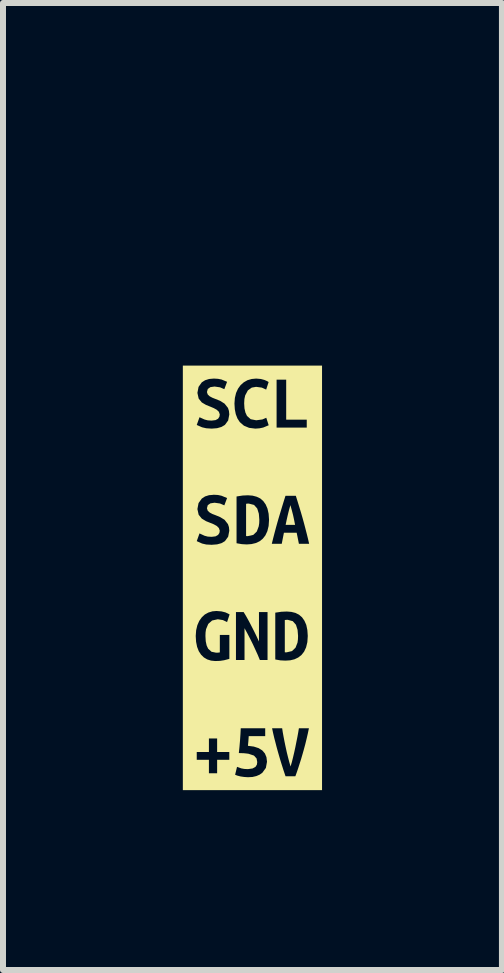
<source format=kicad_pcb>
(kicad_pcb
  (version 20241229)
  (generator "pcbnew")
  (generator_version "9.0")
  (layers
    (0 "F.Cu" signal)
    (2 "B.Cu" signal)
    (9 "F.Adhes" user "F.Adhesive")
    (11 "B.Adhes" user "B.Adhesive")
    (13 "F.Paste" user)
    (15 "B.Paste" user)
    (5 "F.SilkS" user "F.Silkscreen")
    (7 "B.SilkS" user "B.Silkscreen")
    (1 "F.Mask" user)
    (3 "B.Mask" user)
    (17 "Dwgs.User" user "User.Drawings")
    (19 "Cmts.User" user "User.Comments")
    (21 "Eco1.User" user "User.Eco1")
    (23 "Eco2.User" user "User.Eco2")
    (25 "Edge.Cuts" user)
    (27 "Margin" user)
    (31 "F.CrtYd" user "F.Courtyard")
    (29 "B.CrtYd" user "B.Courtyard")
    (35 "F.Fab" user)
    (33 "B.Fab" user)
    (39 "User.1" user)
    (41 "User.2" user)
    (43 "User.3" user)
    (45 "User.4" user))
  (footprint "kibuzzard-67A11942"
    (layer "F.Cu")
    (at 1.161 6.59)
    (property "Reference" "kibuzzard-67A11942" (at 0 -6.589 180) (layer "F.SilkS") (effects (font (size 0.001 0.001) (thickness 0.15))))
    (attr board_only exclude_from_pos_files exclude_from_bom)
    (fp_poly (pts (xy 0.633 -1.214) (xy 0.609 -1.128) (xy 0.589 -1.047) (xy 0.571 -0.968) (xy 0.554 -0.885) (xy 0.711 -0.885) (xy 0.695 -0.968) (xy 0.678 -1.047) (xy 0.657 -1.128) (xy 0.633 -1.214)) (stroke (width 0) (type solid)) (fill yes) (layer "F.SilkS"))
    (fp_poly (pts (xy -0.106 -0.698) (xy -0.092 -0.697) (xy -0.078 -0.697) (xy 0.014 -0.717) (xy 0.073 -0.774) (xy 0.105 -0.86) (xy 0.113 -0.912) (xy 0.115 -0.969) (xy 0.107 -1.07) (xy 0.08 -1.157) (xy 0.027 -1.217) (xy -0.059 -1.239) (xy -0.083 -1.239) (xy -0.106 -1.236) (xy -0.106 -0.698)) (stroke (width 0) (type solid)) (fill yes) (layer "F.SilkS"))
    (fp_poly (pts (xy 0.54 1.241) (xy 0.554 1.242) (xy 0.569 1.242) (xy 0.66 1.221) (xy 0.719 1.164) (xy 0.752 1.079) (xy 0.759 1.026) (xy 0.761 0.969) (xy 0.753 0.868) (xy 0.726 0.782) (xy 0.673 0.722) (xy 0.587 0.699) (xy 0.563 0.7) (xy 0.54 0.703) (xy 0.54 1.241)) (stroke (width 0) (type solid)) (fill yes) (layer "F.SilkS"))
    (fp_poly (pts (xy -0.946 -3.541) (xy -1.161 -3.541) (xy -1.161 3.541) (xy -0.946 3.541) (xy -0.589 3.541) (xy -0.589 3.259) (xy -0.726 3.259) (xy -0.726 3.035) (xy -0.929 3.035) (xy -0.929 2.904) (xy -0.726 2.904) (xy -0.726 2.679) (xy -0.619 2.679) (xy -0.619 1.387) (xy -0.69 1.38) (xy -0.754 1.36) (xy -0.81 1.327) (xy -0.857 1.281) (xy -0.895 1.223) (xy -0.923 1.151) (xy -0.94 1.066) (xy -0.946 0.969) (xy -0.939 0.873) (xy -0.919 0.789) (xy -0.887 0.717) (xy -0.845 0.658) (xy -0.795 0.611) (xy -0.735 0.578) (xy -0.681 0.562) (xy -0.681 -0.552) (xy -0.771 -0.557) (xy -0.84 -0.573) (xy -0.929 -0.613) (xy -0.883 -0.742) (xy -0.799 -0.703) (xy -0.746 -0.689) (xy -0.681 -0.685) (xy -0.615 -0.693) (xy -0.573 -0.717) (xy -0.551 -0.75) (xy -0.545 -0.788) (xy -0.56 -0.832) (xy -0.596 -0.867) (xy -0.645 -0.894) (xy -0.699 -0.916) (xy -0.774 -0.946) (xy -0.845 -0.989) (xy -0.897 -1.053) (xy -0.918 -1.148) (xy -0.899 -1.248) (xy -0.845 -1.323) (xy -0.79 -1.359) (xy -0.723 -1.38) (xy -0.681 -1.383) (xy -0.681 -2.49) (xy -0.771 -2.496) (xy -0.84 -2.512) (xy -0.929 -2.551) (xy -0.883 -2.68) (xy -0.799 -2.642) (xy -0.746 -2.628) (xy -0.681 -2.624) (xy -0.615 -2.632) (xy -0.573 -2.655) (xy -0.551 -2.689) (xy -0.545 -2.727) (xy -0.56 -2.771) (xy -0.596 -2.805) (xy -0.645 -2.832) (xy -0.699 -2.855) (xy -0.774 -2.885) (xy -0.845 -2.927) (xy -0.897 -2.991) (xy -0.918 -3.086) (xy -0.899 -3.186) (xy -0.845 -3.262) (xy -0.79 -3.297) (xy -0.723 -3.318) (xy -0.644 -3.325) (xy -0.575 -3.321) (xy -0.515 -3.309) (xy -0.423 -3.271) (xy -0.469 -3.148) (xy -0.541 -3.179) (xy -0.632 -3.192) (xy -0.702 -3.182) (xy -0.745 -3.151) (xy -0.759 -3.1) (xy -0.746 -3.06) (xy -0.713 -3.029) (xy -0.668 -3.005) (xy -0.618 -2.985) (xy -0.54 -2.954) (xy -0.465 -2.907) (xy -0.408 -2.835) (xy -0.392 -2.786) (xy -0.386 -2.726) (xy -0.405 -2.626) (xy -0.459 -2.552) (xy -0.517 -2.518) (xy -0.59 -2.497) (xy -0.681 -2.49) (xy -0.681 -1.383) (xy -0.644 -1.387) (xy -0.575 -1.383) (xy -0.515 -1.37) (xy -0.423 -1.332) (xy -0.469 -1.21) (xy -0.541 -1.241) (xy -0.632 -1.254) (xy -0.702 -1.243) (xy -0.745 -1.213) (xy -0.759 -1.162) (xy -0.746 -1.121) (xy -0.713 -1.09) (xy -0.668 -1.066) (xy -0.618 -1.047) (xy -0.54 -1.015) (xy -0.465 -0.969) (xy -0.408 -0.896) (xy -0.392 -0.847) (xy -0.386 -0.787) (xy -0.405 -0.687) (xy -0.459 -0.613) (xy -0.517 -0.579) (xy -0.59 -0.559) (xy -0.681 -0.552) (xy -0.681 0.562) (xy -0.67 0.558) (xy -0.6 0.552) (xy -0.516 0.559) (xy -0.452 0.575) (xy -0.408 0.595) (xy -0.381 0.61) (xy -0.423 0.737) (xy -0.492 0.704) (xy -0.578 0.69) (xy -0.673 0.711) (xy -0.737 0.768) (xy -0.774 0.856) (xy -0.782 0.91) (xy -0.784 0.969) (xy -0.779 1.057) (xy -0.764 1.127) (xy -0.739 1.181) (xy -0.683 1.232) (xy -0.606 1.248) (xy -0.575 1.247) (xy -0.544 1.243) (xy -0.544 0.951) (xy -0.385 0.951) (xy -0.385 1.351) (xy -0.474 1.374) (xy -0.54 1.384) (xy -0.619 1.387) (xy -0.619 2.679) (xy -0.589 2.679) (xy -0.589 2.904) (xy -0.386 2.904) (xy -0.386 3.035) (xy -0.589 3.035) (xy -0.589 3.259) (xy -0.589 3.541) (xy -0.074 3.541) (xy -0.074 3.325) (xy -0.137 3.321) (xy -0.199 3.312) (xy -0.253 3.298) (xy -0.289 3.284) (xy -0.257 3.152) (xy -0.185 3.178) (xy -0.135 3.187) (xy -0.075 3.19) (xy 0.002 3.179) (xy 0.05 3.153) (xy 0.074 3.116) (xy 0.08 3.073) (xy 0.069 3.012) (xy 0.025 2.964) (xy -0.068 2.933) (xy -0.139 2.925) (xy -0.227 2.922) (xy -0.216 2.815) (xy -0.207 2.71) (xy -0.2 2.607) (xy -0.195 2.509) (xy 0.124 2.509) (xy 0.124 1.37) (xy 0.087 1.281) (xy 0.047 1.193) (xy 0.006 1.104) (xy -0.038 1.016) (xy -0.084 0.927) (xy -0.132 0.839) (xy -0.132 1.37) (xy -0.275 1.37) (xy -0.275 0.57) (xy -0.147 0.57) (xy -0.111 0.629) (xy -0.094 0.659) (xy -0.094 -0.558) (xy -0.178 -0.563) (xy -0.265 -0.578) (xy -0.265 -1.358) (xy -0.163 -1.374) (xy -0.074 -1.378) (xy 0.002 -1.372) (xy 0.048 -1.36) (xy 0.048 -2.49) (xy -0.056 -2.503) (xy -0.142 -2.539) (xy -0.211 -2.599) (xy -0.25 -2.659) (xy -0.278 -2.731) (xy -0.294 -2.813) (xy -0.3 -2.908) (xy -0.293 -3.002) (xy -0.273 -3.085) (xy -0.24 -3.157) (xy -0.197 -3.216) (xy -0.144 -3.263) (xy -0.082 -3.298) (xy -0.012 -3.318) (xy 0.063 -3.325) (xy 0.14 -3.318) (xy 0.2 -3.302) (xy 0.244 -3.283) (xy 0.27 -3.267) (xy 0.229 -3.141) (xy 0.157 -3.174) (xy 0.061 -3.187) (xy -0.012 -3.174) (xy -0.076 -3.128) (xy -0.121 -3.044) (xy -0.134 -2.984) (xy -0.138 -2.912) (xy -0.133 -2.828) (xy -0.117 -2.758) (xy -0.091 -2.702) (xy -0.029 -2.647) (xy 0.063 -2.629) (xy 0.166 -2.643) (xy 0.231 -2.671) (xy 0.271 -2.546) (xy 0.18 -2.508) (xy 0.118 -2.495) (xy 0.048 -2.49) (xy 0.048 -1.36) (xy 0.07 -1.354) (xy 0.131 -1.325) (xy 0.181 -1.281) (xy 0.221 -1.225) (xy 0.251 -1.155) (xy 0.27 -1.07) (xy 0.277 -0.969) (xy 0.27 -0.866) (xy 0.249 -0.78) (xy 0.216 -0.709) (xy 0.172 -0.653) (xy 0.118 -0.61) (xy 0.055 -0.581) (xy -0.016 -0.564) (xy -0.094 -0.558) (xy -0.094 0.659) (xy -0.075 0.693) (xy -0.039 0.76) (xy -0.005 0.826) (xy 0.028 0.891) (xy 0.059 0.954) (xy 0.086 1.012) (xy 0.109 1.062) (xy 0.109 0.57) (xy 0.252 0.57) (xy 0.252 1.37) (xy 0.124 1.37) (xy 0.124 2.509) (xy 0.213 2.509) (xy 0.213 2.64) (xy -0.062 2.64) (xy -0.068 2.727) (xy -0.075 2.801) (xy 0.023 2.814) (xy 0.103 2.84) (xy 0.164 2.878) (xy 0.208 2.929) (xy 0.234 2.992) (xy 0.243 3.067) (xy 0.224 3.17) (xy 0.164 3.252) (xy 0.119 3.283) (xy 0.065 3.306) (xy 0.000323 3.321) (xy -0.074 3.325) (xy -0.074 3.541) (xy 0.552 3.541) (xy 0.552 3.309) (xy 0.52 3.214) (xy 0.486 3.107) (xy 0.463 3.032) (xy 0.441 2.957) (xy 0.42 2.883) (xy 0.4 2.81) (xy 0.382 2.739) (xy 0.364 2.671) (xy 0.343 2.581) (xy 0.328 2.509) (xy 0.496 2.509) (xy 0.506 2.576) (xy 0.52 2.653) (xy 0.536 2.736) (xy 0.552 2.813) (xy 0.552 1.38) (xy 0.468 1.376) (xy 0.381 1.361) (xy 0.381 0.58) (xy 0.483 0.565) (xy 0.573 0.561) (xy 0.648 0.567) (xy 0.717 0.584) (xy 0.775 0.613) (xy 0.775 -0.569) (xy 0.738 -0.753) (xy 0.525 -0.753) (xy 0.489 -0.569) (xy 0.323 -0.569) (xy 0.346 -0.662) (xy 0.369 -0.751) (xy 0.392 -0.837) (xy 0.415 -0.92) (xy 0.438 -1) (xy 0.467 -1.096) (xy 0.495 -1.189) (xy 0.523 -1.28) (xy 0.551 -1.369) (xy 0.724 -1.369) (xy 0.752 -1.279) (xy 0.78 -1.188) (xy 0.809 -1.093) (xy 0.837 -0.996) (xy 0.859 -0.916) (xy 0.881 -0.833) (xy 0.903 -0.747) (xy 0.906 -0.736) (xy 0.906 -2.507) (xy 0.403 -2.507) (xy 0.403 -3.307) (xy 0.563 -3.307) (xy 0.563 -2.639) (xy 0.906 -2.639) (xy 0.906 -2.507) (xy 0.906 -0.736) (xy 0.925 -0.659) (xy 0.946 -0.569) (xy 0.775 -0.569) (xy 0.775 0.613) (xy 0.777 0.614) (xy 0.827 0.657) (xy 0.867 0.714) (xy 0.898 0.784) (xy 0.916 0.869) (xy 0.923 0.969) (xy 0.916 1.072) (xy 0.895 1.159) (xy 0.862 1.23) (xy 0.818 1.286) (xy 0.764 1.328) (xy 0.701 1.358) (xy 0.63 1.375) (xy 0.552 1.38) (xy 0.552 2.813) (xy 0.554 2.822) (xy 0.573 2.909) (xy 0.594 2.994) (xy 0.615 3.074) (xy 0.636 3.146) (xy 0.657 3.075) (xy 0.677 2.995) (xy 0.697 2.91) (xy 0.716 2.823) (xy 0.733 2.737) (xy 0.75 2.653) (xy 0.764 2.576) (xy 0.775 2.509) (xy 0.942 2.509) (xy 0.925 2.591) (xy 0.904 2.682) (xy 0.88 2.78) (xy 0.852 2.883) (xy 0.832 2.953) (xy 0.811 3.025) (xy 0.788 3.097) (xy 0.765 3.169) (xy 0.741 3.24) (xy 0.716 3.309) (xy 0.552 3.309) (xy 0.552 3.541) (xy 0.946 3.541) (xy 1.161 3.541) (xy 1.161 -3.541) (xy 0.946 -3.541) (xy -0.946 -3.541)) (stroke (width 0) (type solid)) (fill yes) (layer "F.SilkS")))
  (gr_rect
    (start -3 -3)
    (end 5.323 13.131)
    (stroke (width 0.1) (type default))
    (fill no)
    (layer "Edge.Cuts")))
</source>
